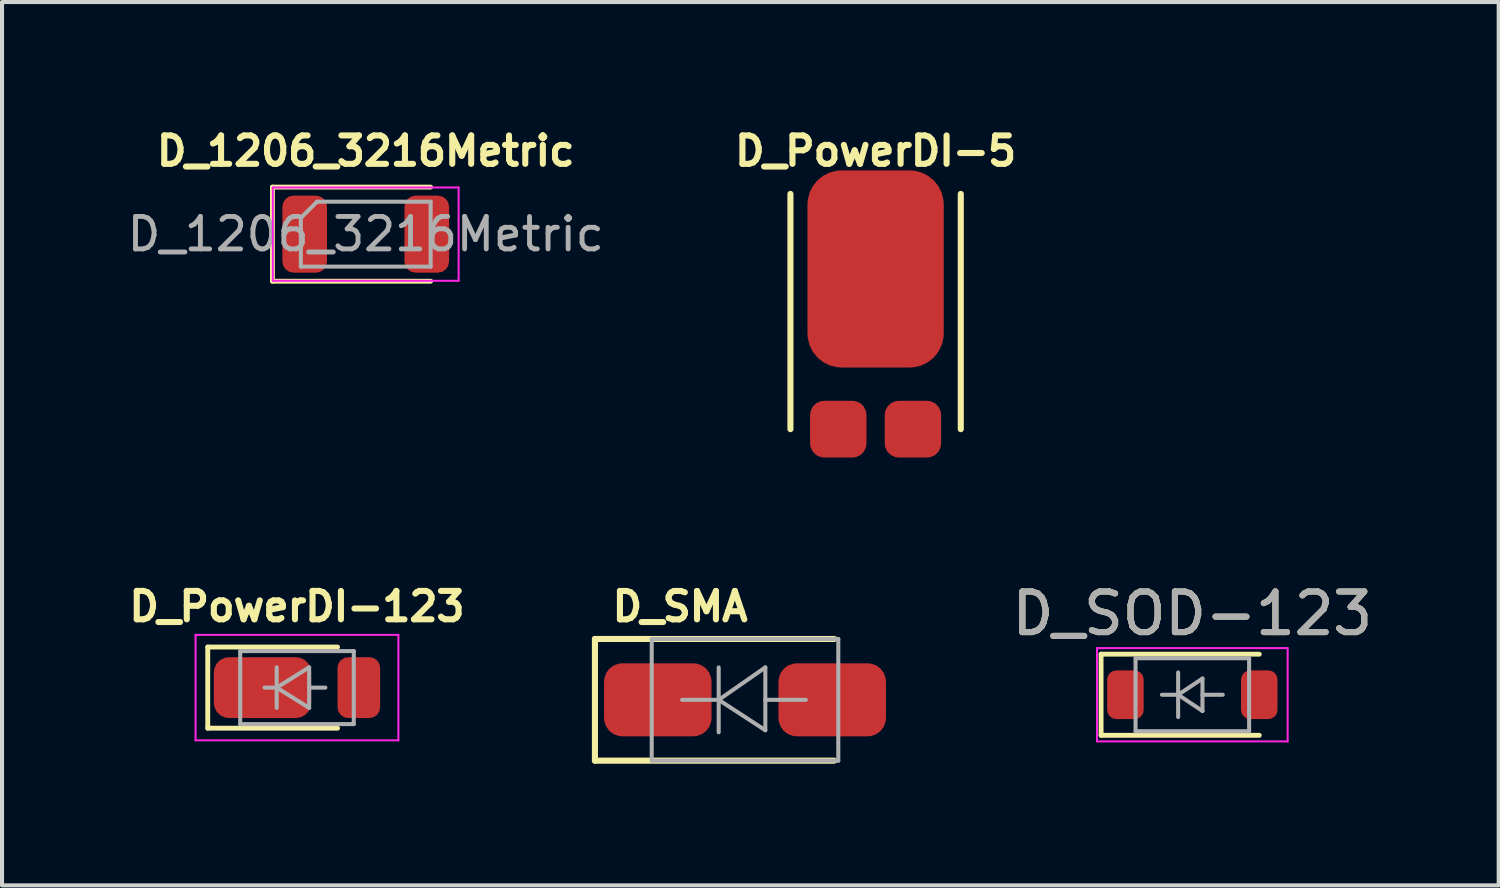
<source format=kicad_pcb>
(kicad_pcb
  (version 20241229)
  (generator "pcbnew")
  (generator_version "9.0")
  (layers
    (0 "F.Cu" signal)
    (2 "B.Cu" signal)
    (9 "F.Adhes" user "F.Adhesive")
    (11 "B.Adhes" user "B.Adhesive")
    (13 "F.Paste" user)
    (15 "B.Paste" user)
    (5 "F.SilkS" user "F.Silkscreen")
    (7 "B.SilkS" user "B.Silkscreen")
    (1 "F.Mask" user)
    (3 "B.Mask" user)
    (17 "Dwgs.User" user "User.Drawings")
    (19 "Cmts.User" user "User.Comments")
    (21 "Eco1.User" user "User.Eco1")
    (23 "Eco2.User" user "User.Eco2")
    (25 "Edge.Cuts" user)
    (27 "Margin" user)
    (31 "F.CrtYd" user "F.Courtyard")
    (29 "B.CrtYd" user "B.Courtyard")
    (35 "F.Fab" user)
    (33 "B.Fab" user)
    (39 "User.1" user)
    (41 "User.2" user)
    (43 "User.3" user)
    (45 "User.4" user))
  (footprint "D_SOD-123"
    (layer "F.Cu")
    (at 26.347 14.079)
    (property "Reference" "D_SOD-123" (at 0 -2 0) (layer "F.SilkS") (effects (font (size 1 1) (thickness 0.15))))
    (attr smd)
    (fp_line (start -2.25 -1) (end -2.25 1) (stroke (width 0.12) (type solid)) (layer "F.SilkS"))
    (fp_line (start -2.25 -1) (end 1.65 -1) (stroke (width 0.12) (type solid)) (layer "F.SilkS"))
    (fp_line (start -2.25 1) (end 1.65 1) (stroke (width 0.12) (type solid)) (layer "F.SilkS"))
    (fp_line (start -2.35 -1.15) (end -2.35 1.15) (stroke (width 0.05) (type solid)) (layer "F.CrtYd"))
    (fp_line (start -2.35 -1.15) (end 2.35 -1.15) (stroke (width 0.05) (type solid)) (layer "F.CrtYd"))
    (fp_line (start 2.35 -1.15) (end 2.35 1.15) (stroke (width 0.05) (type solid)) (layer "F.CrtYd"))
    (fp_line (start 2.35 1.15) (end -2.35 1.15) (stroke (width 0.05) (type solid)) (layer "F.CrtYd"))
    (fp_line (start -1.4 -0.9) (end 1.4 -0.9) (stroke (width 0.1) (type solid)) (layer "F.Fab"))
    (fp_line (start -1.4 0.9) (end -1.4 -0.9) (stroke (width 0.1) (type solid)) (layer "F.Fab"))
    (fp_line (start -0.75 0) (end -0.35 0) (stroke (width 0.1) (type solid)) (layer "F.Fab"))
    (fp_line (start -0.35 0) (end -0.35 -0.55) (stroke (width 0.1) (type solid)) (layer "F.Fab"))
    (fp_line (start -0.35 0) (end -0.35 0.55) (stroke (width 0.1) (type solid)) (layer "F.Fab"))
    (fp_line (start -0.35 0) (end 0.25 -0.4) (stroke (width 0.1) (type solid)) (layer "F.Fab"))
    (fp_line (start 0.25 -0.4) (end 0.25 0.4) (stroke (width 0.1) (type solid)) (layer "F.Fab"))
    (fp_line (start 0.25 0) (end 0.75 0) (stroke (width 0.1) (type solid)) (layer "F.Fab"))
    (fp_line (start 0.25 0.4) (end -0.35 0) (stroke (width 0.1) (type solid)) (layer "F.Fab"))
    (fp_line (start 1.4 -0.9) (end 1.4 0.9) (stroke (width 0.1) (type solid)) (layer "F.Fab"))
    (fp_line (start 1.4 0.9) (end -1.4 0.9) (stroke (width 0.1) (type solid)) (layer "F.Fab"))
    (fp_text user "${REFERENCE}" (at 0 -2 0) (layer "F.Fab") (effects (font (size 1 1) (thickness 0.15))))
    (pad "1" smd roundrect (at -1.65 0) (size 0.9 1.2) (layers "F.Cu" "F.Mask" "F.Paste") (roundrect_rratio 0.25))
    (pad "2" smd roundrect (at 1.65 0) (size 0.9 1.2) (layers "F.Cu" "F.Mask" "F.Paste") (roundrect_rratio 0.25)))
  (footprint "D_SMA"
    (layer "F.Cu")
    (at 15.318 14.204)
    (property "Reference" "D_SMA" (at -1.6 -2.3 0) (layer "F.SilkS") (effects (font (size 0.7 0.7) (thickness 0.15))))
    (attr smd)
    (fp_line (start -3.7 -1.5) (end 2.2 -1.5) (stroke (width 0.15) (type solid)) (layer "F.SilkS"))
    (fp_line (start -3.7 1.5) (end -3.7 -1.5) (stroke (width 0.15) (type solid)) (layer "F.SilkS"))
    (fp_line (start -3.7 1.5) (end 2.2 1.5) (stroke (width 0.15) (type solid)) (layer "F.SilkS"))
    (fp_line (start -2.3 1.5) (end -2.3 -1.5) (stroke (width 0.1) (type solid)) (layer "F.Fab"))
    (fp_line (start -0.649 -0.799) (end -0.649 0.801) (stroke (width 0.1) (type solid)) (layer "F.Fab"))
    (fp_line (start -0.649 0.001) (end -1.551 0.001) (stroke (width 0.1) (type solid)) (layer "F.Fab"))
    (fp_line (start -0.649 0.001) (end 0.501 -0.799) (stroke (width 0.1) (type solid)) (layer "F.Fab"))
    (fp_line (start -0.649 0.001) (end 0.501 0.75) (stroke (width 0.1) (type solid)) (layer "F.Fab"))
    (fp_line (start 0.501 0.001) (end 1.499 0.001) (stroke (width 0.1) (type solid)) (layer "F.Fab"))
    (fp_line (start 0.501 0.75) (end 0.501 -0.799) (stroke (width 0.1) (type solid)) (layer "F.Fab"))
    (fp_line (start 2.3 -1.5) (end -2.3 -1.5) (stroke (width 0.1) (type solid)) (layer "F.Fab"))
    (fp_line (start 2.3 -1.5) (end 2.3 1.5) (stroke (width 0.1) (type solid)) (layer "F.Fab"))
    (fp_line (start 2.3 1.5) (end -2.3 1.5) (stroke (width 0.1) (type solid)) (layer "F.Fab"))
    (pad "1" smd roundrect (at -2.15 0) (size 2.65 1.8) (layers "F.Cu" "F.Mask" "F.Paste") (roundrect_rratio 0.25))
    (pad "2" smd roundrect (at 2.15 0) (size 2.65 1.8) (layers "F.Cu" "F.Mask" "F.Paste") (roundrect_rratio 0.25)))
  (footprint "D_1206_3216Metric"
    (layer "F.Cu")
    (at 5.967 2.723)
    (property "Reference" "D_1206_3216Metric" (at 0 -2.05 0) (layer "F.SilkS") (effects (font (size 0.7 0.7) (thickness 0.15))))
    (attr smd)
    (fp_line (start -2.3 -1.16) (end -2.3 1.16) (stroke (width 0.12) (type solid)) (layer "F.SilkS"))
    (fp_line (start -2.3 1.16) (end 1.6 1.16) (stroke (width 0.12) (type solid)) (layer "F.SilkS"))
    (fp_line (start 1.6 -1.16) (end -2.3 -1.16) (stroke (width 0.12) (type solid)) (layer "F.SilkS"))
    (fp_line (start -2.29 -1.15) (end 2.29 -1.15) (stroke (width 0.05) (type solid)) (layer "F.CrtYd"))
    (fp_line (start -2.29 1.15) (end -2.29 -1.15) (stroke (width 0.05) (type solid)) (layer "F.CrtYd"))
    (fp_line (start 2.29 -1.15) (end 2.29 1.15) (stroke (width 0.05) (type solid)) (layer "F.CrtYd"))
    (fp_line (start 2.29 1.15) (end -2.29 1.15) (stroke (width 0.05) (type solid)) (layer "F.CrtYd"))
    (fp_line (start -1.6 -0.4) (end -1.6 0.8) (stroke (width 0.1) (type solid)) (layer "F.Fab"))
    (fp_line (start -1.6 0.8) (end 1.6 0.8) (stroke (width 0.1) (type solid)) (layer "F.Fab"))
    (fp_line (start -1.2 -0.8) (end -1.6 -0.4) (stroke (width 0.1) (type solid)) (layer "F.Fab"))
    (fp_line (start 1.6 -0.8) (end -1.2 -0.8) (stroke (width 0.1) (type solid)) (layer "F.Fab"))
    (fp_line (start 1.6 0.8) (end 1.6 -0.8) (stroke (width 0.1) (type solid)) (layer "F.Fab"))
    (fp_text user "${REFERENCE}" (at 0 0 0) (layer "F.Fab") (effects (font (size 0.8 0.8) (thickness 0.12))))
    (pad "1" smd roundrect (at -1.505 0) (size 1.1 1.9) (layers "F.Cu" "F.Mask" "F.Paste") (roundrect_rratio 0.25))
    (pad "2" smd roundrect (at 1.505 0) (size 1.1 1.9) (layers "F.Cu" "F.Mask" "F.Paste") (roundrect_rratio 0.25)))
  (footprint "D_PowerDI-5"
    (layer "F.Cu")
    (at 18.538 7.531)
    (property "Reference" "D_PowerDI-5" (at 0 -6.858 0) (layer "F.SilkS") (effects (font (size 0.7 0.7) (thickness 0.15))))
    (attr smd)
    (fp_line (start -2.1 -5.8) (end -2.1 0) (stroke (width 0.15) (type solid)) (layer "F.SilkS"))
    (fp_line (start 2.1 -5.8) (end 2.1 0) (stroke (width 0.15) (type solid)) (layer "F.SilkS"))
    (pad "1" smd roundrect (at -0.92 0) (size 1.39 1.4) (layers "F.Cu" "F.Mask" "F.Paste") (roundrect_rratio 0.25))
    (pad "2" smd roundrect (at 0.92 0) (size 1.39 1.4) (layers "F.Cu" "F.Mask" "F.Paste") (roundrect_rratio 0.25))
    (pad "3" smd roundrect (at 0 -3.95) (size 3.36 4.86) (layers "F.Cu" "F.Mask" "F.Paste") (roundrect_rratio 0.25)))
  (footprint "D_PowerDI-123"
    (layer "F.Cu")
    (at 4.272 13.903)
    (property "Reference" "D_PowerDI-123" (at 0 -2 0) (layer "F.SilkS") (effects (font (size 0.7 0.7) (thickness 0.15))))
    (attr smd)
    (fp_line (start -2.2 1) (end -2.2 -1) (stroke (width 0.12) (type solid)) (layer "F.SilkS"))
    (fp_line (start -2.2 1) (end 1 1) (stroke (width 0.12) (type solid)) (layer "F.SilkS"))
    (fp_line (start 1 -1) (end -2.2 -1) (stroke (width 0.12) (type solid)) (layer "F.SilkS"))
    (fp_line (start -2.5 -1.3) (end 2.5 -1.3) (stroke (width 0.05) (type solid)) (layer "F.CrtYd"))
    (fp_line (start -2.5 1.3) (end -2.5 -1.3) (stroke (width 0.05) (type solid)) (layer "F.CrtYd"))
    (fp_line (start 2.5 -1.3) (end 2.5 1.3) (stroke (width 0.05) (type solid)) (layer "F.CrtYd"))
    (fp_line (start 2.5 1.3) (end -2.5 1.3) (stroke (width 0.05) (type solid)) (layer "F.CrtYd"))
    (fp_line (start -1.4 -0.9) (end 1.4 -0.9) (stroke (width 0.1) (type solid)) (layer "F.Fab"))
    (fp_line (start -1.4 0.9) (end -1.4 -0.9) (stroke (width 0.1) (type solid)) (layer "F.Fab"))
    (fp_line (start -0.8 0) (end -0.5 0) (stroke (width 0.1) (type solid)) (layer "F.Fab"))
    (fp_line (start -0.5 0) (end -0.5 -0.5) (stroke (width 0.1) (type solid)) (layer "F.Fab"))
    (fp_line (start -0.5 0) (end -0.5 0.5) (stroke (width 0.1) (type solid)) (layer "F.Fab"))
    (fp_line (start -0.5 0) (end 0.3 0.5) (stroke (width 0.1) (type solid)) (layer "F.Fab"))
    (fp_line (start 0.3 -0.5) (end -0.5 0) (stroke (width 0.1) (type solid)) (layer "F.Fab"))
    (fp_line (start 0.3 0) (end 0.7 0) (stroke (width 0.1) (type solid)) (layer "F.Fab"))
    (fp_line (start 0.3 0.5) (end 0.3 -0.5) (stroke (width 0.1) (type solid)) (layer "F.Fab"))
    (fp_line (start 1.4 -0.9) (end 1.4 0.9) (stroke (width 0.1) (type solid)) (layer "F.Fab"))
    (fp_line (start 1.4 0.9) (end -1.4 0.9) (stroke (width 0.1) (type solid)) (layer "F.Fab"))
    (pad "1" smd roundrect (at -0.85 0 180) (size 2.4 1.5) (layers "F.Cu" "F.Mask" "F.Paste") (roundrect_rratio 0.25))
    (pad "2" smd roundrect (at 1.525 0 180) (size 1.05 1.5) (layers "F.Cu" "F.Mask" "F.Paste") (roundrect_rratio 0.25)))
  (gr_rect
    (start -3 -3)
    (end 33.9 18.779)
    (stroke (width 0.1) (type default))
    (fill no)
    (layer "Edge.Cuts")))
</source>
